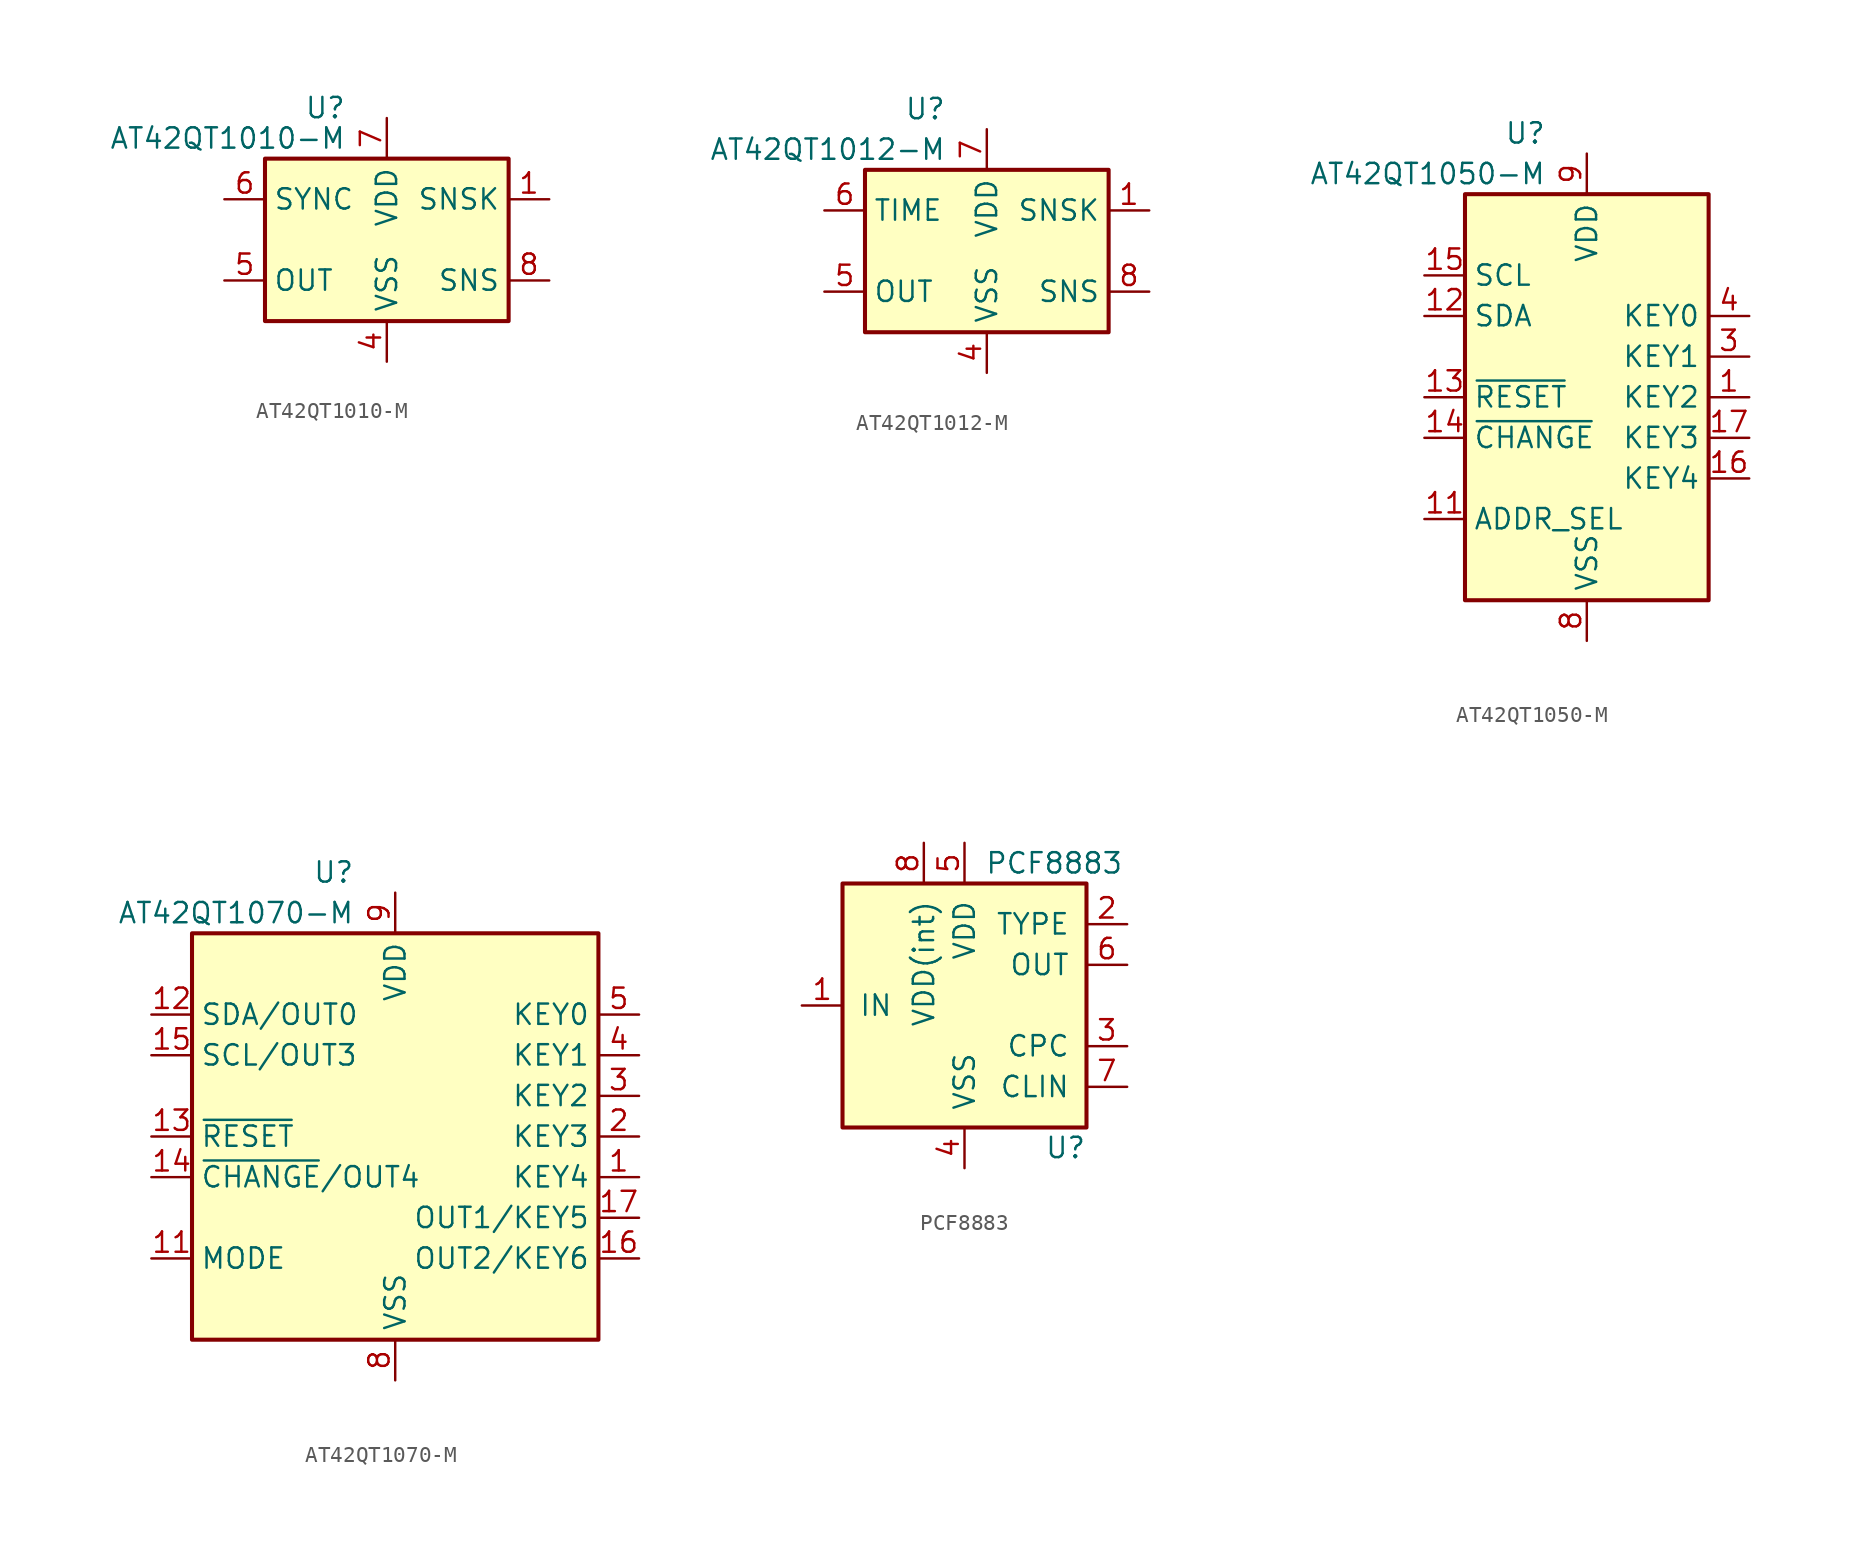
<source format=kicad_sym>
(kicad_symbol_lib
  (version 20200908)
  (generator kicad_symbol_editor)
  (symbol "Sensor_Touch:AT42QT1010-M"
    (property "Reference" "U"
      (at -2.54 8.255 0)
      (effects (font (size 1.27 1.27)) (justify right)))
    (property "Value" "AT42QT1010-M"
      (at -2.54 6.35 0)
      (effects (font (size 1.27 1.27)) (justify right)))
    (symbol "AT42QT1010-M_0_1"
      (rectangle (start -7.62 5.08) (end 7.62 -5.08) (stroke (width 0.254)) (fill (type background))))
    (symbol "AT42QT1010-M_1_1"
      (pin passive line (at 10.16 2.54 180) (length 2.54) (name "SNSK" (effects (font (size 1.27 1.27)))) (number "1" (effects (font (size 1.27 1.27)))))
      (pin unconnected line (at -7.62 0 0) (length 2.54) hide (name "NC" (effects (font (size 1.27 1.27)))) (number "2" (effects (font (size 1.27 1.27)))))
      (pin unconnected line (at 7.62 0 180) (length 2.54) hide (name "NC" (effects (font (size 1.27 1.27)))) (number "3" (effects (font (size 1.27 1.27)))))
      (pin power_in line (at 0 -7.62 90) (length 2.54) (name "VSS" (effects (font (size 1.27 1.27)))) (number "4" (effects (font (size 1.27 1.27)))))
      (pin output line (at -10.16 -2.54 0) (length 2.54) (name "OUT" (effects (font (size 1.27 1.27)))) (number "5" (effects (font (size 1.27 1.27)))))
      (pin input line (at -10.16 2.54 0) (length 2.54) (name "SYNC" (effects (font (size 1.27 1.27)))) (number "6" (effects (font (size 1.27 1.27)))))
      (pin power_in line (at 0 7.62 270) (length 2.54) (name "VDD" (effects (font (size 1.27 1.27)))) (number "7" (effects (font (size 1.27 1.27)))))
      (pin passive line (at 10.16 -2.54 180) (length 2.54) (name "SNS" (effects (font (size 1.27 1.27)))) (number "8" (effects (font (size 1.27 1.27)))))
      (pin passive line (at 0 -7.62 90) (length 2.54) hide (name "VSS" (effects (font (size 1.27 1.27)))) (number "9" (effects (font (size 1.27 1.27)))))))
  (symbol "Sensor_Touch:AT42QT1012-M"
    (property "Reference" "U"
      (at -2.54 8.89 0)
      (effects (font (size 1.27 1.27)) (justify right)))
    (property "Value" "AT42QT1012-M"
      (at -2.54 6.35 0)
      (effects (font (size 1.27 1.27)) (justify right)))
    (symbol "AT42QT1012-M_0_1"
      (rectangle (start -7.62 5.08) (end 7.62 -5.08) (stroke (width 0.254)) (fill (type background))))
    (symbol "AT42QT1012-M_1_1"
      (pin passive line (at 10.16 2.54 180) (length 2.54) (name "SNSK" (effects (font (size 1.27 1.27)))) (number "1" (effects (font (size 1.27 1.27)))))
      (pin unconnected line (at -7.62 0 0) (length 2.54) hide (name "NC" (effects (font (size 1.27 1.27)))) (number "2" (effects (font (size 1.27 1.27)))))
      (pin unconnected line (at 7.62 0 180) (length 2.54) hide (name "NC" (effects (font (size 1.27 1.27)))) (number "3" (effects (font (size 1.27 1.27)))))
      (pin power_in line (at 0 -7.62 90) (length 2.54) (name "VSS" (effects (font (size 1.27 1.27)))) (number "4" (effects (font (size 1.27 1.27)))))
      (pin output line (at -10.16 -2.54 0) (length 2.54) (name "OUT" (effects (font (size 1.27 1.27)))) (number "5" (effects (font (size 1.27 1.27)))))
      (pin input line (at -10.16 2.54 0) (length 2.54) (name "TIME" (effects (font (size 1.27 1.27)))) (number "6" (effects (font (size 1.27 1.27)))))
      (pin power_in line (at 0 7.62 270) (length 2.54) (name "VDD" (effects (font (size 1.27 1.27)))) (number "7" (effects (font (size 1.27 1.27)))))
      (pin passive line (at 10.16 -2.54 180) (length 2.54) (name "SNS" (effects (font (size 1.27 1.27)))) (number "8" (effects (font (size 1.27 1.27)))))
      (pin passive line (at 0 -7.62 90) (length 2.54) hide (name "VSS" (effects (font (size 1.27 1.27)))) (number "9" (effects (font (size 1.27 1.27)))))))
  (symbol "Sensor_Touch:AT42QT1050-M"
    (property "Reference" "U"
      (at -2.54 16.51 0)
      (effects (font (size 1.27 1.27)) (justify right)))
    (property "Value" "AT42QT1050-M"
      (at -2.54 13.97 0)
      (effects (font (size 1.27 1.27)) (justify right)))
    (symbol "AT42QT1050-M_0_1"
      (rectangle (start -7.62 12.7) (end 7.62 -12.7) (stroke (width 0.254)) (fill (type background))))
    (symbol "AT42QT1050-M_1_1"
      (pin passive line (at 10.16 0 180) (length 2.54) (name "KEY2" (effects (font (size 1.27 1.27)))) (number "1" (effects (font (size 1.27 1.27)))))
      (pin unconnected line (at 7.62 10.16 180) (length 2.54) hide (name "NC" (effects (font (size 1.27 1.27)))) (number "10" (effects (font (size 1.27 1.27)))))
      (pin input line (at -10.16 -7.62 0) (length 2.54) (name "ADDR_SEL" (effects (font (size 1.27 1.27)))) (number "11" (effects (font (size 1.27 1.27)))))
      (pin bidirectional line (at -10.16 5.08 0) (length 2.54) (name "SDA" (effects (font (size 1.27 1.27)))) (number "12" (effects (font (size 1.27 1.27)))))
      (pin input line (at -10.16 0 0) (length 2.54) (name "~RESET" (effects (font (size 1.27 1.27)))) (number "13" (effects (font (size 1.27 1.27)))))
      (pin open_collector line (at -10.16 -2.54 0) (length 2.54) (name "~CHANGE" (effects (font (size 1.27 1.27)))) (number "14" (effects (font (size 1.27 1.27)))))
      (pin input line (at -10.16 7.62 0) (length 2.54) (name "SCL" (effects (font (size 1.27 1.27)))) (number "15" (effects (font (size 1.27 1.27)))))
      (pin passive line (at 10.16 -5.08 180) (length 2.54) (name "KEY4" (effects (font (size 1.27 1.27)))) (number "16" (effects (font (size 1.27 1.27)))))
      (pin passive line (at 10.16 -2.54 180) (length 2.54) (name "KEY3" (effects (font (size 1.27 1.27)))) (number "17" (effects (font (size 1.27 1.27)))))
      (pin unconnected line (at 7.62 7.62 180) (length 2.54) hide (name "NC" (effects (font (size 1.27 1.27)))) (number "18" (effects (font (size 1.27 1.27)))))
      (pin unconnected line (at 7.62 -7.62 180) (length 2.54) hide (name "NC" (effects (font (size 1.27 1.27)))) (number "19" (effects (font (size 1.27 1.27)))))
      (pin unconnected line (at -7.62 10.16 0) (length 2.54) hide (name "NC" (effects (font (size 1.27 1.27)))) (number "2" (effects (font (size 1.27 1.27)))))
      (pin unconnected line (at 7.62 -10.16 180) (length 2.54) hide (name "NC" (effects (font (size 1.27 1.27)))) (number "20" (effects (font (size 1.27 1.27)))))
      (pin passive line (at 0 -15.24 90) (length 2.54) hide (name "VSS" (effects (font (size 1.27 1.27)))) (number "21" (effects (font (size 1.27 1.27)))))
      (pin passive line (at 10.16 2.54 180) (length 2.54) (name "KEY1" (effects (font (size 1.27 1.27)))) (number "3" (effects (font (size 1.27 1.27)))))
      (pin passive line (at 10.16 5.08 180) (length 2.54) (name "KEY0" (effects (font (size 1.27 1.27)))) (number "4" (effects (font (size 1.27 1.27)))))
      (pin unconnected line (at -7.62 2.54 0) (length 2.54) hide (name "NC" (effects (font (size 1.27 1.27)))) (number "5" (effects (font (size 1.27 1.27)))))
      (pin unconnected line (at -7.62 -5.08 0) (length 2.54) hide (name "NC" (effects (font (size 1.27 1.27)))) (number "6" (effects (font (size 1.27 1.27)))))
      (pin unconnected line (at -7.62 -10.16 0) (length 2.54) hide (name "NC" (effects (font (size 1.27 1.27)))) (number "7" (effects (font (size 1.27 1.27)))))
      (pin power_in line (at 0 -15.24 90) (length 2.54) (name "VSS" (effects (font (size 1.27 1.27)))) (number "8" (effects (font (size 1.27 1.27)))))
      (pin power_in line (at 0 15.24 270) (length 2.54) (name "VDD" (effects (font (size 1.27 1.27)))) (number "9" (effects (font (size 1.27 1.27)))))))
  (symbol "Sensor_Touch:AT42QT1070-M"
    (property "Reference" "U"
      (at -2.54 16.51 0)
      (effects (font (size 1.27 1.27)) (justify right)))
    (property "Value" "AT42QT1070-M"
      (at -2.54 13.97 0)
      (effects (font (size 1.27 1.27)) (justify right)))
    (symbol "AT42QT1070-M_0_1"
      (rectangle (start -12.7 12.7) (end 12.7 -12.7) (stroke (width 0.254)) (fill (type background))))
    (symbol "AT42QT1070-M_1_1"
      (pin passive line (at 15.24 -2.54 180) (length 2.54) (name "KEY4" (effects (font (size 1.27 1.27)))) (number "1" (effects (font (size 1.27 1.27)))))
      (pin unconnected line (at -5.08 -12.7 90) (length 2.54) hide (name "NC" (effects (font (size 1.27 1.27)))) (number "10" (effects (font (size 1.27 1.27)))))
      (pin input line (at -15.24 -7.62 0) (length 2.54) (name "MODE" (effects (font (size 1.27 1.27)))) (number "11" (effects (font (size 1.27 1.27)))))
      (pin bidirectional line (at -15.24 7.62 0) (length 2.54) (name "SDA/OUT0" (effects (font (size 1.27 1.27)))) (number "12" (effects (font (size 1.27 1.27)))))
      (pin input line (at -15.24 0 0) (length 2.54) (name "~RESET" (effects (font (size 1.27 1.27)))) (number "13" (effects (font (size 1.27 1.27)))))
      (pin open_collector line (at -15.24 -2.54 0) (length 2.54) (name "~CHANGE~/OUT4" (effects (font (size 1.27 1.27)))) (number "14" (effects (font (size 1.27 1.27)))))
      (pin bidirectional line (at -15.24 5.08 0) (length 2.54) (name "SCL/OUT3" (effects (font (size 1.27 1.27)))) (number "15" (effects (font (size 1.27 1.27)))))
      (pin output line (at 15.24 -7.62 180) (length 2.54) (name "OUT2/KEY6" (effects (font (size 1.27 1.27)))) (number "16" (effects (font (size 1.27 1.27)))))
      (pin output line (at 15.24 -5.08 180) (length 2.54) (name "OUT1/KEY5" (effects (font (size 1.27 1.27)))) (number "17" (effects (font (size 1.27 1.27)))))
      (pin unconnected line (at 5.08 -12.7 90) (length 2.54) hide (name "NC" (effects (font (size 1.27 1.27)))) (number "18" (effects (font (size 1.27 1.27)))))
      (pin unconnected line (at 7.62 -12.7 90) (length 2.54) hide (name "NC" (effects (font (size 1.27 1.27)))) (number "19" (effects (font (size 1.27 1.27)))))
      (pin passive line (at 15.24 0 180) (length 2.54) (name "KEY3" (effects (font (size 1.27 1.27)))) (number "2" (effects (font (size 1.27 1.27)))))
      (pin unconnected line (at 10.16 -12.7 90) (length 2.54) hide (name "NC" (effects (font (size 1.27 1.27)))) (number "20" (effects (font (size 1.27 1.27)))))
      (pin passive line (at 0 -15.24 90) (length 2.54) hide (name "VSS" (effects (font (size 1.27 1.27)))) (number "21" (effects (font (size 1.27 1.27)))))
      (pin passive line (at 15.24 2.54 180) (length 2.54) (name "KEY2" (effects (font (size 1.27 1.27)))) (number "3" (effects (font (size 1.27 1.27)))))
      (pin passive line (at 15.24 5.08 180) (length 2.54) (name "KEY1" (effects (font (size 1.27 1.27)))) (number "4" (effects (font (size 1.27 1.27)))))
      (pin passive line (at 15.24 7.62 180) (length 2.54) (name "KEY0" (effects (font (size 1.27 1.27)))) (number "5" (effects (font (size 1.27 1.27)))))
      (pin unconnected line (at -10.16 -12.7 90) (length 2.54) hide (name "NC" (effects (font (size 1.27 1.27)))) (number "6" (effects (font (size 1.27 1.27)))))
      (pin unconnected line (at -7.62 -12.7 90) (length 2.54) hide (name "NC" (effects (font (size 1.27 1.27)))) (number "7" (effects (font (size 1.27 1.27)))))
      (pin power_in line (at 0 -15.24 90) (length 2.54) (name "VSS" (effects (font (size 1.27 1.27)))) (number "8" (effects (font (size 1.27 1.27)))))
      (pin power_in line (at 0 15.24 270) (length 2.54) (name "VDD" (effects (font (size 1.27 1.27)))) (number "9" (effects (font (size 1.27 1.27)))))))
  (symbol "Sensor_Touch:PCF8883"
    (pin_names
      (offset 1.016))
    (property "Reference" "U"
      (at 7.62 -8.89 0)
      (effects (font (size 1.27 1.27)) (justify right)))
    (property "Value" "PCF8883"
      (at 1.27 8.89 0)
      (effects (font (size 1.27 1.27)) (justify left)))
    (symbol "PCF8883_0_1"
      (rectangle (start 7.62 -7.62) (end -7.62 7.62) (stroke (width 0.254)) (fill (type background))))
    (symbol "PCF8883_1_1"
      (pin input line (at -10.16 0 0) (length 2.54) (name "IN" (effects (font (size 1.27 1.27)))) (number "1" (effects (font (size 1.27 1.27)))))
      (pin input line (at 10.16 5.08 180) (length 2.54) (name "TYPE" (effects (font (size 1.27 1.27)))) (number "2" (effects (font (size 1.27 1.27)))))
      (pin bidirectional line (at 10.16 -2.54 180) (length 2.54) (name "CPC" (effects (font (size 1.27 1.27)))) (number "3" (effects (font (size 1.27 1.27)))))
      (pin power_in line (at 0 -10.16 90) (length 2.54) (name "VSS" (effects (font (size 1.27 1.27)))) (number "4" (effects (font (size 1.27 1.27)))))
      (pin power_in line (at 0 10.16 270) (length 2.54) (name "VDD" (effects (font (size 1.27 1.27)))) (number "5" (effects (font (size 1.27 1.27)))))
      (pin output line (at 10.16 2.54 180) (length 2.54) (name "OUT" (effects (font (size 1.27 1.27)))) (number "6" (effects (font (size 1.27 1.27)))))
      (pin bidirectional line (at 10.16 -5.08 180) (length 2.54) (name "CLIN" (effects (font (size 1.27 1.27)))) (number "7" (effects (font (size 1.27 1.27)))))
      (pin power_out line (at -2.54 10.16 270) (length 2.54) (name "VDD(int)" (effects (font (size 1.27 1.27)))) (number "8" (effects (font (size 1.27 1.27))))))))
</source>
